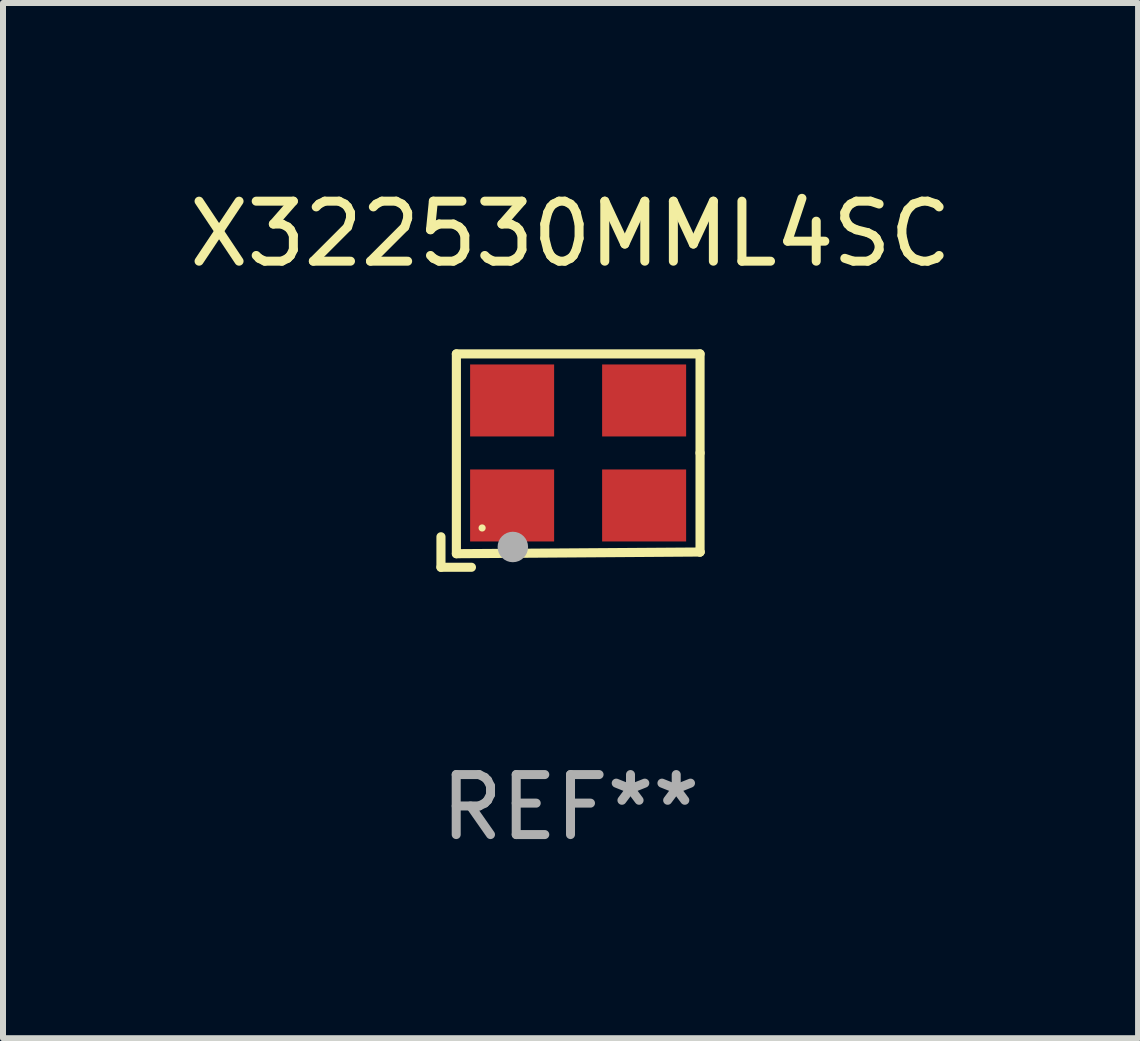
<source format=kicad_pcb>
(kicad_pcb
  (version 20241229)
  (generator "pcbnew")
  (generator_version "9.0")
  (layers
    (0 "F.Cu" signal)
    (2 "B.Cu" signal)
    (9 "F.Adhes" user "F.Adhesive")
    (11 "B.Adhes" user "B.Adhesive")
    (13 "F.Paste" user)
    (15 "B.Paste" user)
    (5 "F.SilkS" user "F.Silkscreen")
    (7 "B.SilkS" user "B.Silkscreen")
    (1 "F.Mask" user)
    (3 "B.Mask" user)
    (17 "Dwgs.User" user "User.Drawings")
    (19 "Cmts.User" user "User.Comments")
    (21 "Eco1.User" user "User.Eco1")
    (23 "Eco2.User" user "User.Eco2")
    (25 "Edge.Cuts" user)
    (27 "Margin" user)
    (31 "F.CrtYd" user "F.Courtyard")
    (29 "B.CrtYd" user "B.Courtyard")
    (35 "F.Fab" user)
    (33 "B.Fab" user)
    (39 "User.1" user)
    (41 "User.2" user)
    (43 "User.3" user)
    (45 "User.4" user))
  (footprint "X322530MML4SC"
    (layer "F.Cu")
    (at 6.458 4.626)
    (property "Reference" "X322530MML4SC" (at 0 -3.778 0) (layer "F.SilkS") (effects (font (size 1 1) (thickness 0.15))))
    (attr through_hole)
    (fp_line (start -2.159 1.27) (end -2.159 1.778) (stroke (width 0.152) (type solid)) (layer "F.SilkS"))
    (fp_line (start -2.159 1.778) (end -1.651 1.778) (stroke (width 0.152) (type solid)) (layer "F.SilkS"))
    (fp_line (start -1.902 -1.778) (end 2.159 -1.778) (stroke (width 0.152) (type solid)) (layer "F.SilkS"))
    (fp_line (start -1.902 1.552) (end -1.902 -1.778) (stroke (width 0.152) (type solid)) (layer "F.SilkS"))
    (fp_line (start 2.159 -1.778) (end 2.159 -0.127) (stroke (width 0.152) (type solid)) (layer "F.SilkS"))
    (fp_line (start 2.159 -0.127) (end 2.159 1.524) (stroke (width 0.152) (type solid)) (layer "F.SilkS"))
    (fp_line (start 2.159 1.524) (end -1.902 1.552) (stroke (width 0.152) (type solid)) (layer "F.SilkS"))
    (fp_line (start 2.159 1.524) (end 2.159 1.524) (stroke (width 0.152) (type solid)) (layer "F.SilkS"))
    (fp_circle (center -1.473 1.123) (end -1.443 1.123) (stroke (width 0.06) (type solid)) (fill no) (layer "F.SilkS"))
    (fp_circle (center -0.961 1.44) (end -0.834 1.44) (stroke (width 0.254) (type solid)) (fill no) (layer "F.Fab"))
    (fp_text user "REF**" (at 0 5.778 0) (layer "F.Fab") (effects (font (size 1 1) (thickness 0.15))))
    (pad "1" smd rect (at -0.973 0.748) (size 1.4 1.2) (layers "F.Cu" "F.Mask" "F.Paste"))
    (pad "2" smd rect (at 1.227 0.748) (size 1.4 1.2) (layers "F.Cu" "F.Mask" "F.Paste"))
    (pad "3" smd rect (at 1.227 -1.002) (size 1.4 1.2) (layers "F.Cu" "F.Mask" "F.Paste"))
    (pad "4" smd rect (at -0.973 -1.002) (size 1.4 1.2) (layers "F.Cu" "F.Mask" "F.Paste")))
  (gr_rect
    (start -3 -3)
    (end 15.917 14.253)
    (stroke (width 0.1) (type default))
    (fill no)
    (layer "Edge.Cuts")))
</source>
